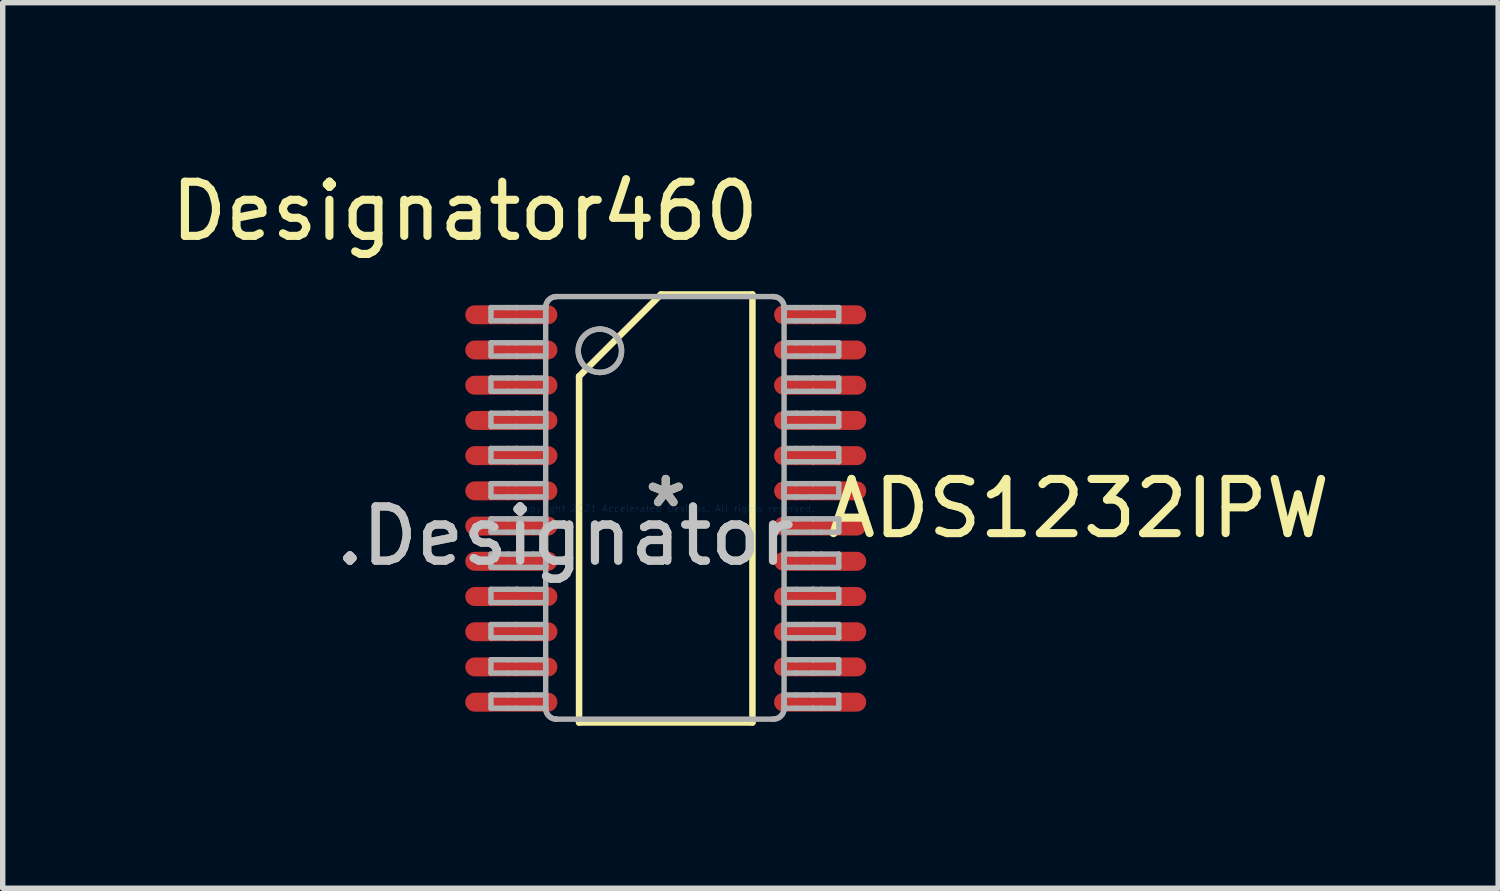
<source format=kicad_pcb>
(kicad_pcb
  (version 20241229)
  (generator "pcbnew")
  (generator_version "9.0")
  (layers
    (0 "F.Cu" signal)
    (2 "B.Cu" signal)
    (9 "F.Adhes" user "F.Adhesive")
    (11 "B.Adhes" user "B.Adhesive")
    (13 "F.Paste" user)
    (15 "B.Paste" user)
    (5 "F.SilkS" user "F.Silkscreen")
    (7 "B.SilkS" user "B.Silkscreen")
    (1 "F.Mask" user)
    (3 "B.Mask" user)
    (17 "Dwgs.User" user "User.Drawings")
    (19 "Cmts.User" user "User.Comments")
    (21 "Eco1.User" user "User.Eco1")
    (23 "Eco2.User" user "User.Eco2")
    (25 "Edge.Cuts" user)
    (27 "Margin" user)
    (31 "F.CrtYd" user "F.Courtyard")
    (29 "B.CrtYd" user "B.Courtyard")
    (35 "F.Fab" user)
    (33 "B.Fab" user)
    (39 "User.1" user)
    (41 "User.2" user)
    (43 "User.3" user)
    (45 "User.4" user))
  (footprint "ADS1232IPW"
    (layer "F.Cu")
    (at 9.238 6.335)
    (property "Reference" "ADS1232IPW" (at 7.62 0 0) (layer "F.SilkS") (effects (font (size 1 1) (thickness 0.15))))
    (attr through_hole)
    (fp_line (start -1.6 -2.439) (end -0.089 -3.95) (stroke (width 0.12) (type solid)) (layer "F.SilkS"))
    (fp_line (start -1.6 3.95) (end -1.6 -2.439) (stroke (width 0.12) (type solid)) (layer "F.SilkS"))
    (fp_line (start -1.6 3.95) (end 1.6 3.95) (stroke (width 0.12) (type solid)) (layer "F.SilkS"))
    (fp_line (start -0.089 -3.95) (end 1.6 -3.95) (stroke (width 0.12) (type solid)) (layer "F.SilkS"))
    (fp_line (start 1.6 3.95) (end 1.6 -3.95) (stroke (width 0.12) (type solid)) (layer "F.SilkS"))
    (fp_line (start -3.226 -3.708) (end -2.902 -3.708) (stroke (width 0.1) (type solid)) (layer "F.Fab"))
    (fp_line (start -3.226 -3.463) (end -3.226 -3.708) (stroke (width 0.1) (type solid)) (layer "F.Fab"))
    (fp_line (start -3.226 -3.463) (end -2.902 -3.463) (stroke (width 0.1) (type solid)) (layer "F.Fab"))
    (fp_line (start -3.226 -3.058) (end -2.902 -3.058) (stroke (width 0.1) (type solid)) (layer "F.Fab"))
    (fp_line (start -3.226 -2.813) (end -3.226 -3.058) (stroke (width 0.1) (type solid)) (layer "F.Fab"))
    (fp_line (start -3.226 -2.813) (end -2.902 -2.813) (stroke (width 0.1) (type solid)) (layer "F.Fab"))
    (fp_line (start -3.226 -2.408) (end -2.902 -2.408) (stroke (width 0.1) (type solid)) (layer "F.Fab"))
    (fp_line (start -3.226 -2.163) (end -3.226 -2.408) (stroke (width 0.1) (type solid)) (layer "F.Fab"))
    (fp_line (start -3.226 -2.163) (end -2.902 -2.163) (stroke (width 0.1) (type solid)) (layer "F.Fab"))
    (fp_line (start -3.226 -1.758) (end -2.902 -1.758) (stroke (width 0.1) (type solid)) (layer "F.Fab"))
    (fp_line (start -3.226 -1.513) (end -3.226 -1.758) (stroke (width 0.1) (type solid)) (layer "F.Fab"))
    (fp_line (start -3.226 -1.513) (end -2.902 -1.513) (stroke (width 0.1) (type solid)) (layer "F.Fab"))
    (fp_line (start -3.226 -1.108) (end -2.902 -1.108) (stroke (width 0.1) (type solid)) (layer "F.Fab"))
    (fp_line (start -3.226 -0.863) (end -3.226 -1.108) (stroke (width 0.1) (type solid)) (layer "F.Fab"))
    (fp_line (start -3.226 -0.863) (end -2.902 -0.863) (stroke (width 0.1) (type solid)) (layer "F.Fab"))
    (fp_line (start -3.226 -0.458) (end -2.902 -0.458) (stroke (width 0.1) (type solid)) (layer "F.Fab"))
    (fp_line (start -3.226 -0.213) (end -3.226 -0.458) (stroke (width 0.1) (type solid)) (layer "F.Fab"))
    (fp_line (start -3.226 -0.213) (end -2.902 -0.213) (stroke (width 0.1) (type solid)) (layer "F.Fab"))
    (fp_line (start -3.226 0.192) (end -2.902 0.192) (stroke (width 0.1) (type solid)) (layer "F.Fab"))
    (fp_line (start -3.226 0.437) (end -3.226 0.192) (stroke (width 0.1) (type solid)) (layer "F.Fab"))
    (fp_line (start -3.226 0.437) (end -2.902 0.437) (stroke (width 0.1) (type solid)) (layer "F.Fab"))
    (fp_line (start -3.226 0.842) (end -2.902 0.842) (stroke (width 0.1) (type solid)) (layer "F.Fab"))
    (fp_line (start -3.226 1.087) (end -3.226 0.842) (stroke (width 0.1) (type solid)) (layer "F.Fab"))
    (fp_line (start -3.226 1.087) (end -2.902 1.087) (stroke (width 0.1) (type solid)) (layer "F.Fab"))
    (fp_line (start -3.226 1.492) (end -2.902 1.492) (stroke (width 0.1) (type solid)) (layer "F.Fab"))
    (fp_line (start -3.226 1.737) (end -3.226 1.492) (stroke (width 0.1) (type solid)) (layer "F.Fab"))
    (fp_line (start -3.226 1.737) (end -2.902 1.737) (stroke (width 0.1) (type solid)) (layer "F.Fab"))
    (fp_line (start -3.226 2.142) (end -2.902 2.142) (stroke (width 0.1) (type solid)) (layer "F.Fab"))
    (fp_line (start -3.226 2.387) (end -3.226 2.142) (stroke (width 0.1) (type solid)) (layer "F.Fab"))
    (fp_line (start -3.226 2.387) (end -2.902 2.387) (stroke (width 0.1) (type solid)) (layer "F.Fab"))
    (fp_line (start -3.226 2.792) (end -2.902 2.792) (stroke (width 0.1) (type solid)) (layer "F.Fab"))
    (fp_line (start -3.226 3.037) (end -3.226 2.792) (stroke (width 0.1) (type solid)) (layer "F.Fab"))
    (fp_line (start -3.226 3.037) (end -2.902 3.037) (stroke (width 0.1) (type solid)) (layer "F.Fab"))
    (fp_line (start -3.226 3.442) (end -2.902 3.442) (stroke (width 0.1) (type solid)) (layer "F.Fab"))
    (fp_line (start -3.226 3.687) (end -3.226 3.442) (stroke (width 0.1) (type solid)) (layer "F.Fab"))
    (fp_line (start -3.226 3.687) (end -2.902 3.687) (stroke (width 0.1) (type solid)) (layer "F.Fab"))
    (fp_line (start -2.902 -3.708) (end -2.755 -3.708) (stroke (width 0.1) (type solid)) (layer "F.Fab"))
    (fp_line (start -2.902 -3.463) (end -2.755 -3.463) (stroke (width 0.1) (type solid)) (layer "F.Fab"))
    (fp_line (start -2.902 -3.058) (end -2.755 -3.058) (stroke (width 0.1) (type solid)) (layer "F.Fab"))
    (fp_line (start -2.902 -2.813) (end -2.755 -2.813) (stroke (width 0.1) (type solid)) (layer "F.Fab"))
    (fp_line (start -2.902 -2.408) (end -2.755 -2.408) (stroke (width 0.1) (type solid)) (layer "F.Fab"))
    (fp_line (start -2.902 -2.163) (end -2.755 -2.163) (stroke (width 0.1) (type solid)) (layer "F.Fab"))
    (fp_line (start -2.902 -1.758) (end -2.755 -1.758) (stroke (width 0.1) (type solid)) (layer "F.Fab"))
    (fp_line (start -2.902 -1.513) (end -2.755 -1.513) (stroke (width 0.1) (type solid)) (layer "F.Fab"))
    (fp_line (start -2.902 -1.108) (end -2.755 -1.108) (stroke (width 0.1) (type solid)) (layer "F.Fab"))
    (fp_line (start -2.902 -0.863) (end -2.755 -0.863) (stroke (width 0.1) (type solid)) (layer "F.Fab"))
    (fp_line (start -2.902 -0.458) (end -2.755 -0.458) (stroke (width 0.1) (type solid)) (layer "F.Fab"))
    (fp_line (start -2.902 -0.213) (end -2.755 -0.213) (stroke (width 0.1) (type solid)) (layer "F.Fab"))
    (fp_line (start -2.902 0.192) (end -2.755 0.192) (stroke (width 0.1) (type solid)) (layer "F.Fab"))
    (fp_line (start -2.902 0.437) (end -2.755 0.437) (stroke (width 0.1) (type solid)) (layer "F.Fab"))
    (fp_line (start -2.902 0.842) (end -2.755 0.842) (stroke (width 0.1) (type solid)) (layer "F.Fab"))
    (fp_line (start -2.902 1.087) (end -2.755 1.087) (stroke (width 0.1) (type solid)) (layer "F.Fab"))
    (fp_line (start -2.902 1.492) (end -2.755 1.492) (stroke (width 0.1) (type solid)) (layer "F.Fab"))
    (fp_line (start -2.902 1.737) (end -2.755 1.737) (stroke (width 0.1) (type solid)) (layer "F.Fab"))
    (fp_line (start -2.902 2.142) (end -2.755 2.142) (stroke (width 0.1) (type solid)) (layer "F.Fab"))
    (fp_line (start -2.902 2.387) (end -2.755 2.387) (stroke (width 0.1) (type solid)) (layer "F.Fab"))
    (fp_line (start -2.902 2.792) (end -2.755 2.792) (stroke (width 0.1) (type solid)) (layer "F.Fab"))
    (fp_line (start -2.902 3.037) (end -2.755 3.037) (stroke (width 0.1) (type solid)) (layer "F.Fab"))
    (fp_line (start -2.902 3.442) (end -2.755 3.442) (stroke (width 0.1) (type solid)) (layer "F.Fab"))
    (fp_line (start -2.902 3.687) (end -2.755 3.687) (stroke (width 0.1) (type solid)) (layer "F.Fab"))
    (fp_line (start -2.755 -3.708) (end -2.749 -3.708) (stroke (width 0.1) (type solid)) (layer "F.Fab"))
    (fp_line (start -2.755 -3.463) (end -2.749 -3.463) (stroke (width 0.1) (type solid)) (layer "F.Fab"))
    (fp_line (start -2.755 -3.058) (end -2.749 -3.058) (stroke (width 0.1) (type solid)) (layer "F.Fab"))
    (fp_line (start -2.755 -2.813) (end -2.749 -2.813) (stroke (width 0.1) (type solid)) (layer "F.Fab"))
    (fp_line (start -2.755 -2.408) (end -2.749 -2.408) (stroke (width 0.1) (type solid)) (layer "F.Fab"))
    (fp_line (start -2.755 -2.163) (end -2.749 -2.163) (stroke (width 0.1) (type solid)) (layer "F.Fab"))
    (fp_line (start -2.755 -1.758) (end -2.749 -1.758) (stroke (width 0.1) (type solid)) (layer "F.Fab"))
    (fp_line (start -2.755 -1.513) (end -2.749 -1.513) (stroke (width 0.1) (type solid)) (layer "F.Fab"))
    (fp_line (start -2.755 -1.108) (end -2.749 -1.108) (stroke (width 0.1) (type solid)) (layer "F.Fab"))
    (fp_line (start -2.755 -0.863) (end -2.749 -0.863) (stroke (width 0.1) (type solid)) (layer "F.Fab"))
    (fp_line (start -2.755 -0.458) (end -2.749 -0.458) (stroke (width 0.1) (type solid)) (layer "F.Fab"))
    (fp_line (start -2.755 -0.213) (end -2.749 -0.213) (stroke (width 0.1) (type solid)) (layer "F.Fab"))
    (fp_line (start -2.755 0.192) (end -2.749 0.192) (stroke (width 0.1) (type solid)) (layer "F.Fab"))
    (fp_line (start -2.755 0.437) (end -2.749 0.437) (stroke (width 0.1) (type solid)) (layer "F.Fab"))
    (fp_line (start -2.755 0.842) (end -2.749 0.842) (stroke (width 0.1) (type solid)) (layer "F.Fab"))
    (fp_line (start -2.755 1.087) (end -2.749 1.087) (stroke (width 0.1) (type solid)) (layer "F.Fab"))
    (fp_line (start -2.755 1.492) (end -2.749 1.492) (stroke (width 0.1) (type solid)) (layer "F.Fab"))
    (fp_line (start -2.755 1.737) (end -2.749 1.737) (stroke (width 0.1) (type solid)) (layer "F.Fab"))
    (fp_line (start -2.755 2.142) (end -2.749 2.142) (stroke (width 0.1) (type solid)) (layer "F.Fab"))
    (fp_line (start -2.755 2.387) (end -2.749 2.387) (stroke (width 0.1) (type solid)) (layer "F.Fab"))
    (fp_line (start -2.755 2.792) (end -2.749 2.792) (stroke (width 0.1) (type solid)) (layer "F.Fab"))
    (fp_line (start -2.755 3.037) (end -2.749 3.037) (stroke (width 0.1) (type solid)) (layer "F.Fab"))
    (fp_line (start -2.755 3.442) (end -2.749 3.442) (stroke (width 0.1) (type solid)) (layer "F.Fab"))
    (fp_line (start -2.755 3.687) (end -2.749 3.687) (stroke (width 0.1) (type solid)) (layer "F.Fab"))
    (fp_line (start -2.749 -3.708) (end -2.446 -3.708) (stroke (width 0.1) (type solid)) (layer "F.Fab"))
    (fp_line (start -2.749 -3.463) (end -2.446 -3.463) (stroke (width 0.1) (type solid)) (layer "F.Fab"))
    (fp_line (start -2.749 -3.058) (end -2.446 -3.058) (stroke (width 0.1) (type solid)) (layer "F.Fab"))
    (fp_line (start -2.749 -2.813) (end -2.446 -2.813) (stroke (width 0.1) (type solid)) (layer "F.Fab"))
    (fp_line (start -2.749 -2.408) (end -2.446 -2.408) (stroke (width 0.1) (type solid)) (layer "F.Fab"))
    (fp_line (start -2.749 -2.163) (end -2.446 -2.163) (stroke (width 0.1) (type solid)) (layer "F.Fab"))
    (fp_line (start -2.749 -1.758) (end -2.446 -1.758) (stroke (width 0.1) (type solid)) (layer "F.Fab"))
    (fp_line (start -2.749 -1.513) (end -2.446 -1.513) (stroke (width 0.1) (type solid)) (layer "F.Fab"))
    (fp_line (start -2.749 -1.108) (end -2.446 -1.108) (stroke (width 0.1) (type solid)) (layer "F.Fab"))
    (fp_line (start -2.749 -0.863) (end -2.446 -0.863) (stroke (width 0.1) (type solid)) (layer "F.Fab"))
    (fp_line (start -2.749 -0.458) (end -2.446 -0.458) (stroke (width 0.1) (type solid)) (layer "F.Fab"))
    (fp_line (start -2.749 -0.213) (end -2.446 -0.213) (stroke (width 0.1) (type solid)) (layer "F.Fab"))
    (fp_line (start -2.749 0.192) (end -2.446 0.192) (stroke (width 0.1) (type solid)) (layer "F.Fab"))
    (fp_line (start -2.749 0.437) (end -2.446 0.437) (stroke (width 0.1) (type solid)) (layer "F.Fab"))
    (fp_line (start -2.749 0.842) (end -2.446 0.842) (stroke (width 0.1) (type solid)) (layer "F.Fab"))
    (fp_line (start -2.749 1.087) (end -2.446 1.087) (stroke (width 0.1) (type solid)) (layer "F.Fab"))
    (fp_line (start -2.749 1.492) (end -2.446 1.492) (stroke (width 0.1) (type solid)) (layer "F.Fab"))
    (fp_line (start -2.749 1.737) (end -2.446 1.737) (stroke (width 0.1) (type solid)) (layer "F.Fab"))
    (fp_line (start -2.749 2.142) (end -2.446 2.142) (stroke (width 0.1) (type solid)) (layer "F.Fab"))
    (fp_line (start -2.749 2.387) (end -2.446 2.387) (stroke (width 0.1) (type solid)) (layer "F.Fab"))
    (fp_line (start -2.749 2.792) (end -2.446 2.792) (stroke (width 0.1) (type solid)) (layer "F.Fab"))
    (fp_line (start -2.749 3.037) (end -2.446 3.037) (stroke (width 0.1) (type solid)) (layer "F.Fab"))
    (fp_line (start -2.749 3.442) (end -2.446 3.442) (stroke (width 0.1) (type solid)) (layer "F.Fab"))
    (fp_line (start -2.749 3.687) (end -2.446 3.687) (stroke (width 0.1) (type solid)) (layer "F.Fab"))
    (fp_line (start -2.446 -3.708) (end -2.216 -3.708) (stroke (width 0.1) (type solid)) (layer "F.Fab"))
    (fp_line (start -2.446 -3.463) (end -2.216 -3.463) (stroke (width 0.1) (type solid)) (layer "F.Fab"))
    (fp_line (start -2.446 -3.058) (end -2.216 -3.058) (stroke (width 0.1) (type solid)) (layer "F.Fab"))
    (fp_line (start -2.446 -2.813) (end -2.216 -2.813) (stroke (width 0.1) (type solid)) (layer "F.Fab"))
    (fp_line (start -2.446 -2.408) (end -2.216 -2.408) (stroke (width 0.1) (type solid)) (layer "F.Fab"))
    (fp_line (start -2.446 -2.163) (end -2.216 -2.163) (stroke (width 0.1) (type solid)) (layer "F.Fab"))
    (fp_line (start -2.446 -1.758) (end -2.216 -1.758) (stroke (width 0.1) (type solid)) (layer "F.Fab"))
    (fp_line (start -2.446 -1.513) (end -2.216 -1.513) (stroke (width 0.1) (type solid)) (layer "F.Fab"))
    (fp_line (start -2.446 -1.108) (end -2.216 -1.108) (stroke (width 0.1) (type solid)) (layer "F.Fab"))
    (fp_line (start -2.446 -0.863) (end -2.216 -0.863) (stroke (width 0.1) (type solid)) (layer "F.Fab"))
    (fp_line (start -2.446 -0.458) (end -2.216 -0.458) (stroke (width 0.1) (type solid)) (layer "F.Fab"))
    (fp_line (start -2.446 -0.213) (end -2.216 -0.213) (stroke (width 0.1) (type solid)) (layer "F.Fab"))
    (fp_line (start -2.446 0.192) (end -2.216 0.192) (stroke (width 0.1) (type solid)) (layer "F.Fab"))
    (fp_line (start -2.446 0.437) (end -2.216 0.437) (stroke (width 0.1) (type solid)) (layer "F.Fab"))
    (fp_line (start -2.446 0.842) (end -2.216 0.842) (stroke (width 0.1) (type solid)) (layer "F.Fab"))
    (fp_line (start -2.446 1.087) (end -2.216 1.087) (stroke (width 0.1) (type solid)) (layer "F.Fab"))
    (fp_line (start -2.446 1.492) (end -2.216 1.492) (stroke (width 0.1) (type solid)) (layer "F.Fab"))
    (fp_line (start -2.446 1.737) (end -2.216 1.737) (stroke (width 0.1) (type solid)) (layer "F.Fab"))
    (fp_line (start -2.446 2.142) (end -2.216 2.142) (stroke (width 0.1) (type solid)) (layer "F.Fab"))
    (fp_line (start -2.446 2.387) (end -2.216 2.387) (stroke (width 0.1) (type solid)) (layer "F.Fab"))
    (fp_line (start -2.446 2.792) (end -2.216 2.792) (stroke (width 0.1) (type solid)) (layer "F.Fab"))
    (fp_line (start -2.446 3.037) (end -2.216 3.037) (stroke (width 0.1) (type solid)) (layer "F.Fab"))
    (fp_line (start -2.446 3.442) (end -2.216 3.442) (stroke (width 0.1) (type solid)) (layer "F.Fab"))
    (fp_line (start -2.446 3.687) (end -2.216 3.687) (stroke (width 0.1) (type solid)) (layer "F.Fab"))
    (fp_line (start -2.216 -3.463) (end -2.216 -3.708) (stroke (width 0.1) (type solid)) (layer "F.Fab"))
    (fp_line (start -2.216 -2.813) (end -2.216 -3.058) (stroke (width 0.1) (type solid)) (layer "F.Fab"))
    (fp_line (start -2.216 -2.163) (end -2.216 -2.408) (stroke (width 0.1) (type solid)) (layer "F.Fab"))
    (fp_line (start -2.216 -1.513) (end -2.216 -1.758) (stroke (width 0.1) (type solid)) (layer "F.Fab"))
    (fp_line (start -2.216 -0.863) (end -2.216 -1.108) (stroke (width 0.1) (type solid)) (layer "F.Fab"))
    (fp_line (start -2.216 -0.213) (end -2.216 -0.458) (stroke (width 0.1) (type solid)) (layer "F.Fab"))
    (fp_line (start -2.216 0.437) (end -2.216 0.192) (stroke (width 0.1) (type solid)) (layer "F.Fab"))
    (fp_line (start -2.216 1.087) (end -2.216 0.842) (stroke (width 0.1) (type solid)) (layer "F.Fab"))
    (fp_line (start -2.216 1.737) (end -2.216 1.492) (stroke (width 0.1) (type solid)) (layer "F.Fab"))
    (fp_line (start -2.216 2.387) (end -2.216 2.142) (stroke (width 0.1) (type solid)) (layer "F.Fab"))
    (fp_line (start -2.216 3.037) (end -2.216 2.792) (stroke (width 0.1) (type solid)) (layer "F.Fab"))
    (fp_line (start -2.216 3.687) (end -2.216 3.442) (stroke (width 0.1) (type solid)) (layer "F.Fab"))
    (fp_line (start -2.216 3.689) (end -2.216 -3.711) (stroke (width 0.1) (type solid)) (layer "F.Fab"))
    (fp_line (start -2.016 -3.911) (end 1.984 -3.911) (stroke (width 0.1) (type solid)) (layer "F.Fab"))
    (fp_line (start -2.016 3.889) (end 1.984 3.889) (stroke (width 0.1) (type solid)) (layer "F.Fab"))
    (fp_line (start 2.184 -3.708) (end 2.415 -3.708) (stroke (width 0.1) (type solid)) (layer "F.Fab"))
    (fp_line (start 2.184 -3.463) (end 2.184 -3.708) (stroke (width 0.1) (type solid)) (layer "F.Fab"))
    (fp_line (start 2.184 -3.463) (end 2.415 -3.463) (stroke (width 0.1) (type solid)) (layer "F.Fab"))
    (fp_line (start 2.184 -3.058) (end 2.415 -3.058) (stroke (width 0.1) (type solid)) (layer "F.Fab"))
    (fp_line (start 2.184 -2.813) (end 2.184 -3.058) (stroke (width 0.1) (type solid)) (layer "F.Fab"))
    (fp_line (start 2.184 -2.813) (end 2.415 -2.813) (stroke (width 0.1) (type solid)) (layer "F.Fab"))
    (fp_line (start 2.184 -2.408) (end 2.415 -2.408) (stroke (width 0.1) (type solid)) (layer "F.Fab"))
    (fp_line (start 2.184 -2.163) (end 2.184 -2.408) (stroke (width 0.1) (type solid)) (layer "F.Fab"))
    (fp_line (start 2.184 -2.163) (end 2.415 -2.163) (stroke (width 0.1) (type solid)) (layer "F.Fab"))
    (fp_line (start 2.184 -1.758) (end 2.415 -1.758) (stroke (width 0.1) (type solid)) (layer "F.Fab"))
    (fp_line (start 2.184 -1.513) (end 2.184 -1.758) (stroke (width 0.1) (type solid)) (layer "F.Fab"))
    (fp_line (start 2.184 -1.513) (end 2.415 -1.513) (stroke (width 0.1) (type solid)) (layer "F.Fab"))
    (fp_line (start 2.184 -1.108) (end 2.415 -1.108) (stroke (width 0.1) (type solid)) (layer "F.Fab"))
    (fp_line (start 2.184 -0.863) (end 2.184 -1.108) (stroke (width 0.1) (type solid)) (layer "F.Fab"))
    (fp_line (start 2.184 -0.863) (end 2.415 -0.863) (stroke (width 0.1) (type solid)) (layer "F.Fab"))
    (fp_line (start 2.184 -0.458) (end 2.415 -0.458) (stroke (width 0.1) (type solid)) (layer "F.Fab"))
    (fp_line (start 2.184 -0.213) (end 2.184 -0.458) (stroke (width 0.1) (type solid)) (layer "F.Fab"))
    (fp_line (start 2.184 -0.213) (end 2.415 -0.213) (stroke (width 0.1) (type solid)) (layer "F.Fab"))
    (fp_line (start 2.184 0.192) (end 2.415 0.192) (stroke (width 0.1) (type solid)) (layer "F.Fab"))
    (fp_line (start 2.184 0.437) (end 2.184 0.192) (stroke (width 0.1) (type solid)) (layer "F.Fab"))
    (fp_line (start 2.184 0.437) (end 2.415 0.437) (stroke (width 0.1) (type solid)) (layer "F.Fab"))
    (fp_line (start 2.184 0.842) (end 2.415 0.842) (stroke (width 0.1) (type solid)) (layer "F.Fab"))
    (fp_line (start 2.184 1.087) (end 2.184 0.842) (stroke (width 0.1) (type solid)) (layer "F.Fab"))
    (fp_line (start 2.184 1.087) (end 2.415 1.087) (stroke (width 0.1) (type solid)) (layer "F.Fab"))
    (fp_line (start 2.184 1.492) (end 2.415 1.492) (stroke (width 0.1) (type solid)) (layer "F.Fab"))
    (fp_line (start 2.184 1.737) (end 2.184 1.492) (stroke (width 0.1) (type solid)) (layer "F.Fab"))
    (fp_line (start 2.184 1.737) (end 2.415 1.737) (stroke (width 0.1) (type solid)) (layer "F.Fab"))
    (fp_line (start 2.184 2.142) (end 2.415 2.142) (stroke (width 0.1) (type solid)) (layer "F.Fab"))
    (fp_line (start 2.184 2.387) (end 2.184 2.142) (stroke (width 0.1) (type solid)) (layer "F.Fab"))
    (fp_line (start 2.184 2.387) (end 2.415 2.387) (stroke (width 0.1) (type solid)) (layer "F.Fab"))
    (fp_line (start 2.184 2.792) (end 2.415 2.792) (stroke (width 0.1) (type solid)) (layer "F.Fab"))
    (fp_line (start 2.184 3.037) (end 2.184 2.792) (stroke (width 0.1) (type solid)) (layer "F.Fab"))
    (fp_line (start 2.184 3.037) (end 2.415 3.037) (stroke (width 0.1) (type solid)) (layer "F.Fab"))
    (fp_line (start 2.184 3.442) (end 2.415 3.442) (stroke (width 0.1) (type solid)) (layer "F.Fab"))
    (fp_line (start 2.184 3.687) (end 2.184 3.442) (stroke (width 0.1) (type solid)) (layer "F.Fab"))
    (fp_line (start 2.184 3.687) (end 2.415 3.687) (stroke (width 0.1) (type solid)) (layer "F.Fab"))
    (fp_line (start 2.184 3.689) (end 2.184 -3.711) (stroke (width 0.1) (type solid)) (layer "F.Fab"))
    (fp_line (start 2.415 -3.708) (end 2.718 -3.708) (stroke (width 0.1) (type solid)) (layer "F.Fab"))
    (fp_line (start 2.415 -3.463) (end 2.718 -3.463) (stroke (width 0.1) (type solid)) (layer "F.Fab"))
    (fp_line (start 2.415 -3.058) (end 2.718 -3.058) (stroke (width 0.1) (type solid)) (layer "F.Fab"))
    (fp_line (start 2.415 -2.813) (end 2.718 -2.813) (stroke (width 0.1) (type solid)) (layer "F.Fab"))
    (fp_line (start 2.415 -2.408) (end 2.718 -2.408) (stroke (width 0.1) (type solid)) (layer "F.Fab"))
    (fp_line (start 2.415 -2.163) (end 2.718 -2.163) (stroke (width 0.1) (type solid)) (layer "F.Fab"))
    (fp_line (start 2.415 -1.758) (end 2.718 -1.758) (stroke (width 0.1) (type solid)) (layer "F.Fab"))
    (fp_line (start 2.415 -1.513) (end 2.718 -1.513) (stroke (width 0.1) (type solid)) (layer "F.Fab"))
    (fp_line (start 2.415 -1.108) (end 2.718 -1.108) (stroke (width 0.1) (type solid)) (layer "F.Fab"))
    (fp_line (start 2.415 -0.863) (end 2.718 -0.863) (stroke (width 0.1) (type solid)) (layer "F.Fab"))
    (fp_line (start 2.415 -0.458) (end 2.718 -0.458) (stroke (width 0.1) (type solid)) (layer "F.Fab"))
    (fp_line (start 2.415 -0.213) (end 2.718 -0.213) (stroke (width 0.1) (type solid)) (layer "F.Fab"))
    (fp_line (start 2.415 0.192) (end 2.718 0.192) (stroke (width 0.1) (type solid)) (layer "F.Fab"))
    (fp_line (start 2.415 0.437) (end 2.718 0.437) (stroke (width 0.1) (type solid)) (layer "F.Fab"))
    (fp_line (start 2.415 0.842) (end 2.718 0.842) (stroke (width 0.1) (type solid)) (layer "F.Fab"))
    (fp_line (start 2.415 1.087) (end 2.718 1.087) (stroke (width 0.1) (type solid)) (layer "F.Fab"))
    (fp_line (start 2.415 1.492) (end 2.718 1.492) (stroke (width 0.1) (type solid)) (layer "F.Fab"))
    (fp_line (start 2.415 1.737) (end 2.718 1.737) (stroke (width 0.1) (type solid)) (layer "F.Fab"))
    (fp_line (start 2.415 2.142) (end 2.718 2.142) (stroke (width 0.1) (type solid)) (layer "F.Fab"))
    (fp_line (start 2.415 2.387) (end 2.718 2.387) (stroke (width 0.1) (type solid)) (layer "F.Fab"))
    (fp_line (start 2.415 2.792) (end 2.718 2.792) (stroke (width 0.1) (type solid)) (layer "F.Fab"))
    (fp_line (start 2.415 3.037) (end 2.718 3.037) (stroke (width 0.1) (type solid)) (layer "F.Fab"))
    (fp_line (start 2.415 3.442) (end 2.718 3.442) (stroke (width 0.1) (type solid)) (layer "F.Fab"))
    (fp_line (start 2.415 3.687) (end 2.718 3.687) (stroke (width 0.1) (type solid)) (layer "F.Fab"))
    (fp_line (start 2.718 -3.708) (end 2.723 -3.708) (stroke (width 0.1) (type solid)) (layer "F.Fab"))
    (fp_line (start 2.718 -3.463) (end 2.723 -3.463) (stroke (width 0.1) (type solid)) (layer "F.Fab"))
    (fp_line (start 2.718 -3.058) (end 2.723 -3.058) (stroke (width 0.1) (type solid)) (layer "F.Fab"))
    (fp_line (start 2.718 -2.813) (end 2.723 -2.813) (stroke (width 0.1) (type solid)) (layer "F.Fab"))
    (fp_line (start 2.718 -2.408) (end 2.723 -2.408) (stroke (width 0.1) (type solid)) (layer "F.Fab"))
    (fp_line (start 2.718 -2.163) (end 2.723 -2.163) (stroke (width 0.1) (type solid)) (layer "F.Fab"))
    (fp_line (start 2.718 -1.758) (end 2.723 -1.758) (stroke (width 0.1) (type solid)) (layer "F.Fab"))
    (fp_line (start 2.718 -1.513) (end 2.723 -1.513) (stroke (width 0.1) (type solid)) (layer "F.Fab"))
    (fp_line (start 2.718 -1.108) (end 2.723 -1.108) (stroke (width 0.1) (type solid)) (layer "F.Fab"))
    (fp_line (start 2.718 -0.863) (end 2.723 -0.863) (stroke (width 0.1) (type solid)) (layer "F.Fab"))
    (fp_line (start 2.718 -0.458) (end 2.723 -0.458) (stroke (width 0.1) (type solid)) (layer "F.Fab"))
    (fp_line (start 2.718 -0.213) (end 2.723 -0.213) (stroke (width 0.1) (type solid)) (layer "F.Fab"))
    (fp_line (start 2.718 0.192) (end 2.723 0.192) (stroke (width 0.1) (type solid)) (layer "F.Fab"))
    (fp_line (start 2.718 0.437) (end 2.723 0.437) (stroke (width 0.1) (type solid)) (layer "F.Fab"))
    (fp_line (start 2.718 0.842) (end 2.723 0.842) (stroke (width 0.1) (type solid)) (layer "F.Fab"))
    (fp_line (start 2.718 1.087) (end 2.723 1.087) (stroke (width 0.1) (type solid)) (layer "F.Fab"))
    (fp_line (start 2.718 1.492) (end 2.723 1.492) (stroke (width 0.1) (type solid)) (layer "F.Fab"))
    (fp_line (start 2.718 1.737) (end 2.723 1.737) (stroke (width 0.1) (type solid)) (layer "F.Fab"))
    (fp_line (start 2.718 2.142) (end 2.723 2.142) (stroke (width 0.1) (type solid)) (layer "F.Fab"))
    (fp_line (start 2.718 2.387) (end 2.723 2.387) (stroke (width 0.1) (type solid)) (layer "F.Fab"))
    (fp_line (start 2.718 2.792) (end 2.723 2.792) (stroke (width 0.1) (type solid)) (layer "F.Fab"))
    (fp_line (start 2.718 3.037) (end 2.723 3.037) (stroke (width 0.1) (type solid)) (layer "F.Fab"))
    (fp_line (start 2.718 3.442) (end 2.723 3.442) (stroke (width 0.1) (type solid)) (layer "F.Fab"))
    (fp_line (start 2.718 3.687) (end 2.723 3.687) (stroke (width 0.1) (type solid)) (layer "F.Fab"))
    (fp_line (start 2.723 -3.708) (end 2.871 -3.708) (stroke (width 0.1) (type solid)) (layer "F.Fab"))
    (fp_line (start 2.723 -3.463) (end 2.871 -3.463) (stroke (width 0.1) (type solid)) (layer "F.Fab"))
    (fp_line (start 2.723 -3.058) (end 2.871 -3.058) (stroke (width 0.1) (type solid)) (layer "F.Fab"))
    (fp_line (start 2.723 -2.813) (end 2.871 -2.813) (stroke (width 0.1) (type solid)) (layer "F.Fab"))
    (fp_line (start 2.723 -2.408) (end 2.871 -2.408) (stroke (width 0.1) (type solid)) (layer "F.Fab"))
    (fp_line (start 2.723 -2.163) (end 2.871 -2.163) (stroke (width 0.1) (type solid)) (layer "F.Fab"))
    (fp_line (start 2.723 -1.758) (end 2.871 -1.758) (stroke (width 0.1) (type solid)) (layer "F.Fab"))
    (fp_line (start 2.723 -1.513) (end 2.871 -1.513) (stroke (width 0.1) (type solid)) (layer "F.Fab"))
    (fp_line (start 2.723 -1.108) (end 2.871 -1.108) (stroke (width 0.1) (type solid)) (layer "F.Fab"))
    (fp_line (start 2.723 -0.863) (end 2.871 -0.863) (stroke (width 0.1) (type solid)) (layer "F.Fab"))
    (fp_line (start 2.723 -0.458) (end 2.871 -0.458) (stroke (width 0.1) (type solid)) (layer "F.Fab"))
    (fp_line (start 2.723 -0.213) (end 2.871 -0.213) (stroke (width 0.1) (type solid)) (layer "F.Fab"))
    (fp_line (start 2.723 0.192) (end 2.871 0.192) (stroke (width 0.1) (type solid)) (layer "F.Fab"))
    (fp_line (start 2.723 0.437) (end 2.871 0.437) (stroke (width 0.1) (type solid)) (layer "F.Fab"))
    (fp_line (start 2.723 0.842) (end 2.871 0.842) (stroke (width 0.1) (type solid)) (layer "F.Fab"))
    (fp_line (start 2.723 1.087) (end 2.871 1.087) (stroke (width 0.1) (type solid)) (layer "F.Fab"))
    (fp_line (start 2.723 1.492) (end 2.871 1.492) (stroke (width 0.1) (type solid)) (layer "F.Fab"))
    (fp_line (start 2.723 1.737) (end 2.871 1.737) (stroke (width 0.1) (type solid)) (layer "F.Fab"))
    (fp_line (start 2.723 2.142) (end 2.871 2.142) (stroke (width 0.1) (type solid)) (layer "F.Fab"))
    (fp_line (start 2.723 2.387) (end 2.871 2.387) (stroke (width 0.1) (type solid)) (layer "F.Fab"))
    (fp_line (start 2.723 2.792) (end 2.871 2.792) (stroke (width 0.1) (type solid)) (layer "F.Fab"))
    (fp_line (start 2.723 3.037) (end 2.871 3.037) (stroke (width 0.1) (type solid)) (layer "F.Fab"))
    (fp_line (start 2.723 3.442) (end 2.871 3.442) (stroke (width 0.1) (type solid)) (layer "F.Fab"))
    (fp_line (start 2.723 3.687) (end 2.871 3.687) (stroke (width 0.1) (type solid)) (layer "F.Fab"))
    (fp_line (start 2.871 -3.708) (end 3.194 -3.708) (stroke (width 0.1) (type solid)) (layer "F.Fab"))
    (fp_line (start 2.871 -3.463) (end 3.194 -3.463) (stroke (width 0.1) (type solid)) (layer "F.Fab"))
    (fp_line (start 2.871 -3.058) (end 3.194 -3.058) (stroke (width 0.1) (type solid)) (layer "F.Fab"))
    (fp_line (start 2.871 -2.813) (end 3.194 -2.813) (stroke (width 0.1) (type solid)) (layer "F.Fab"))
    (fp_line (start 2.871 -2.408) (end 3.194 -2.408) (stroke (width 0.1) (type solid)) (layer "F.Fab"))
    (fp_line (start 2.871 -2.163) (end 3.194 -2.163) (stroke (width 0.1) (type solid)) (layer "F.Fab"))
    (fp_line (start 2.871 -1.758) (end 3.194 -1.758) (stroke (width 0.1) (type solid)) (layer "F.Fab"))
    (fp_line (start 2.871 -1.513) (end 3.194 -1.513) (stroke (width 0.1) (type solid)) (layer "F.Fab"))
    (fp_line (start 2.871 -1.108) (end 3.194 -1.108) (stroke (width 0.1) (type solid)) (layer "F.Fab"))
    (fp_line (start 2.871 -0.863) (end 3.194 -0.863) (stroke (width 0.1) (type solid)) (layer "F.Fab"))
    (fp_line (start 2.871 -0.458) (end 3.194 -0.458) (stroke (width 0.1) (type solid)) (layer "F.Fab"))
    (fp_line (start 2.871 -0.213) (end 3.194 -0.213) (stroke (width 0.1) (type solid)) (layer "F.Fab"))
    (fp_line (start 2.871 0.192) (end 3.194 0.192) (stroke (width 0.1) (type solid)) (layer "F.Fab"))
    (fp_line (start 2.871 0.437) (end 3.194 0.437) (stroke (width 0.1) (type solid)) (layer "F.Fab"))
    (fp_line (start 2.871 0.842) (end 3.194 0.842) (stroke (width 0.1) (type solid)) (layer "F.Fab"))
    (fp_line (start 2.871 1.087) (end 3.194 1.087) (stroke (width 0.1) (type solid)) (layer "F.Fab"))
    (fp_line (start 2.871 1.492) (end 3.194 1.492) (stroke (width 0.1) (type solid)) (layer "F.Fab"))
    (fp_line (start 2.871 1.737) (end 3.194 1.737) (stroke (width 0.1) (type solid)) (layer "F.Fab"))
    (fp_line (start 2.871 2.142) (end 3.194 2.142) (stroke (width 0.1) (type solid)) (layer "F.Fab"))
    (fp_line (start 2.871 2.387) (end 3.194 2.387) (stroke (width 0.1) (type solid)) (layer "F.Fab"))
    (fp_line (start 2.871 2.792) (end 3.194 2.792) (stroke (width 0.1) (type solid)) (layer "F.Fab"))
    (fp_line (start 2.871 3.037) (end 3.194 3.037) (stroke (width 0.1) (type solid)) (layer "F.Fab"))
    (fp_line (start 2.871 3.442) (end 3.194 3.442) (stroke (width 0.1) (type solid)) (layer "F.Fab"))
    (fp_line (start 2.871 3.687) (end 3.194 3.687) (stroke (width 0.1) (type solid)) (layer "F.Fab"))
    (fp_line (start 3.194 -3.463) (end 3.194 -3.708) (stroke (width 0.1) (type solid)) (layer "F.Fab"))
    (fp_line (start 3.194 -2.813) (end 3.194 -3.058) (stroke (width 0.1) (type solid)) (layer "F.Fab"))
    (fp_line (start 3.194 -2.163) (end 3.194 -2.408) (stroke (width 0.1) (type solid)) (layer "F.Fab"))
    (fp_line (start 3.194 -1.513) (end 3.194 -1.758) (stroke (width 0.1) (type solid)) (layer "F.Fab"))
    (fp_line (start 3.194 -0.863) (end 3.194 -1.108) (stroke (width 0.1) (type solid)) (layer "F.Fab"))
    (fp_line (start 3.194 -0.213) (end 3.194 -0.458) (stroke (width 0.1) (type solid)) (layer "F.Fab"))
    (fp_line (start 3.194 0.437) (end 3.194 0.192) (stroke (width 0.1) (type solid)) (layer "F.Fab"))
    (fp_line (start 3.194 1.087) (end 3.194 0.842) (stroke (width 0.1) (type solid)) (layer "F.Fab"))
    (fp_line (start 3.194 1.737) (end 3.194 1.492) (stroke (width 0.1) (type solid)) (layer "F.Fab"))
    (fp_line (start 3.194 2.387) (end 3.194 2.142) (stroke (width 0.1) (type solid)) (layer "F.Fab"))
    (fp_line (start 3.194 3.037) (end 3.194 2.792) (stroke (width 0.1) (type solid)) (layer "F.Fab"))
    (fp_line (start 3.194 3.687) (end 3.194 3.442) (stroke (width 0.1) (type solid)) (layer "F.Fab"))
    (fp_arc (start -2.215692 -3.710915) (mid -2.157114 -3.852336) (end -2.015693 -3.910914) (stroke (width 0.1) (type solid)) (layer "F.Fab"))
    (fp_arc (start -2.215692 -3.710915) (mid -2.157114 -3.852336) (end -2.015693 -3.910914) (stroke (width 0.1) (type solid)) (layer "F.Fab"))
    (fp_arc (start -2.015693 3.889096) (mid -2.157114 3.830517) (end -2.215693 3.689096) (stroke (width 0.1) (type solid)) (layer "F.Fab"))
    (fp_arc (start -2.015693 3.889096) (mid -2.157114 3.830517) (end -2.215693 3.689096) (stroke (width 0.1) (type solid)) (layer "F.Fab"))
    (fp_arc (start -1.215695 -3.310915) (mid -0.815696 -2.910916) (end -1.215695 -2.510917) (stroke (width 0.1) (type solid)) (layer "F.Fab"))
    (fp_arc (start -1.215695 -3.310915) (mid -0.815696 -2.910916) (end -1.215695 -2.510917) (stroke (width 0.1) (type solid)) (layer "F.Fab"))
    (fp_arc (start -1.215695 -2.510917) (mid -1.615694 -2.910916) (end -1.215695 -3.310915) (stroke (width 0.1) (type solid)) (layer "F.Fab"))
    (fp_arc (start -1.215695 -2.510917) (mid -1.615694 -2.910916) (end -1.215695 -3.310915) (stroke (width 0.1) (type solid)) (layer "F.Fab"))
    (fp_arc (start 1.984299 -3.910914) (mid 2.12572 -3.852336) (end 2.184298 -3.710915) (stroke (width 0.1) (type solid)) (layer "F.Fab"))
    (fp_arc (start 1.984299 -3.910914) (mid 2.12572 -3.852336) (end 2.184298 -3.710915) (stroke (width 0.1) (type solid)) (layer "F.Fab"))
    (fp_arc (start 2.184299 3.689096) (mid 2.12572 3.830517) (end 1.984299 3.889096) (stroke (width 0.1) (type solid)) (layer "F.Fab"))
    (fp_arc (start 2.184299 3.689096) (mid 2.12572 3.830517) (end 1.984299 3.889096) (stroke (width 0.1) (type solid)) (layer "F.Fab"))
    (fp_text user "Designator460" (at -3.708 -5.486 0) (layer "F.SilkS") (effects (font (size 1 1) (thickness 0.15))))
    (fp_text user "*" (at 0 0 0) (layer "F.SilkS") (effects (font (size 1 1) (thickness 0.15))))
    (fp_text user ".Designator" (at -1.854 0.508 0) (layer "Dwgs.User") (effects (font (size 1 1) (thickness 0.15))))
    (fp_text user "Copyright 2021 Accelerated Designs. All rights reserved." (at 0 0 0) (layer "Cmts.User") (effects (font (size 0.127 0.127) (thickness 0.002))))
    (fp_text user "*" (at 0 0 0) (layer "F.Fab") (effects (font (size 1 1) (thickness 0.15))))
    (fp_text user ".Designator" (at -1.854 0.508 0) (layer "F.Fab") (effects (font (size 1 1) (thickness 0.15))))
    (pad "1" smd oval (at -2.85 -3.575 90) (size 0.35 1.7) (layers "F.Cu" "F.Mask" "F.Paste"))
    (pad "2" smd oval (at -2.85 -2.925 90) (size 0.35 1.7) (layers "F.Cu" "F.Mask" "F.Paste"))
    (pad "3" smd oval (at -2.85 -2.275 90) (size 0.35 1.7) (layers "F.Cu" "F.Mask" "F.Paste"))
    (pad "4" smd oval (at -2.85 -1.625 90) (size 0.35 1.7) (layers "F.Cu" "F.Mask" "F.Paste"))
    (pad "5" smd oval (at -2.85 -0.975 90) (size 0.35 1.7) (layers "F.Cu" "F.Mask" "F.Paste"))
    (pad "6" smd oval (at -2.85 -0.325 90) (size 0.35 1.7) (layers "F.Cu" "F.Mask" "F.Paste"))
    (pad "7" smd oval (at -2.85 0.325 90) (size 0.35 1.7) (layers "F.Cu" "F.Mask" "F.Paste"))
    (pad "8" smd oval (at -2.85 0.975 90) (size 0.35 1.7) (layers "F.Cu" "F.Mask" "F.Paste"))
    (pad "9" smd oval (at -2.85 1.625 90) (size 0.35 1.7) (layers "F.Cu" "F.Mask" "F.Paste"))
    (pad "10" smd oval (at -2.85 2.275 90) (size 0.35 1.7) (layers "F.Cu" "F.Mask" "F.Paste"))
    (pad "11" smd oval (at -2.85 2.925 90) (size 0.35 1.7) (layers "F.Cu" "F.Mask" "F.Paste"))
    (pad "12" smd oval (at -2.85 3.575 90) (size 0.35 1.7) (layers "F.Cu" "F.Mask" "F.Paste"))
    (pad "13" smd oval (at 2.85 3.575 90) (size 0.35 1.7) (layers "F.Cu" "F.Mask" "F.Paste"))
    (pad "14" smd oval (at 2.85 2.925 90) (size 0.35 1.7) (layers "F.Cu" "F.Mask" "F.Paste"))
    (pad "15" smd oval (at 2.85 2.275 90) (size 0.35 1.7) (layers "F.Cu" "F.Mask" "F.Paste"))
    (pad "16" smd oval (at 2.85 1.625 90) (size 0.35 1.7) (layers "F.Cu" "F.Mask" "F.Paste"))
    (pad "17" smd oval (at 2.85 0.975 90) (size 0.35 1.7) (layers "F.Cu" "F.Mask" "F.Paste"))
    (pad "18" smd oval (at 2.85 0.325 90) (size 0.35 1.7) (layers "F.Cu" "F.Mask" "F.Paste"))
    (pad "19" smd oval (at 2.85 -0.325 90) (size 0.35 1.7) (layers "F.Cu" "F.Mask" "F.Paste"))
    (pad "20" smd oval (at 2.85 -0.975 90) (size 0.35 1.7) (layers "F.Cu" "F.Mask" "F.Paste"))
    (pad "21" smd oval (at 2.85 -1.625 90) (size 0.35 1.7) (layers "F.Cu" "F.Mask" "F.Paste"))
    (pad "22" smd oval (at 2.85 -2.275 90) (size 0.35 1.7) (layers "F.Cu" "F.Mask" "F.Paste"))
    (pad "23" smd oval (at 2.85 -2.925 90) (size 0.35 1.7) (layers "F.Cu" "F.Mask" "F.Paste"))
    (pad "24" smd oval (at 2.85 -3.575 90) (size 0.35 1.7) (layers "F.Cu" "F.Mask" "F.Paste")))
  (gr_rect
    (start -3 -3)
    (end 24.602 13.345)
    (stroke (width 0.1) (type default))
    (fill no)
    (layer "Edge.Cuts")))
</source>
